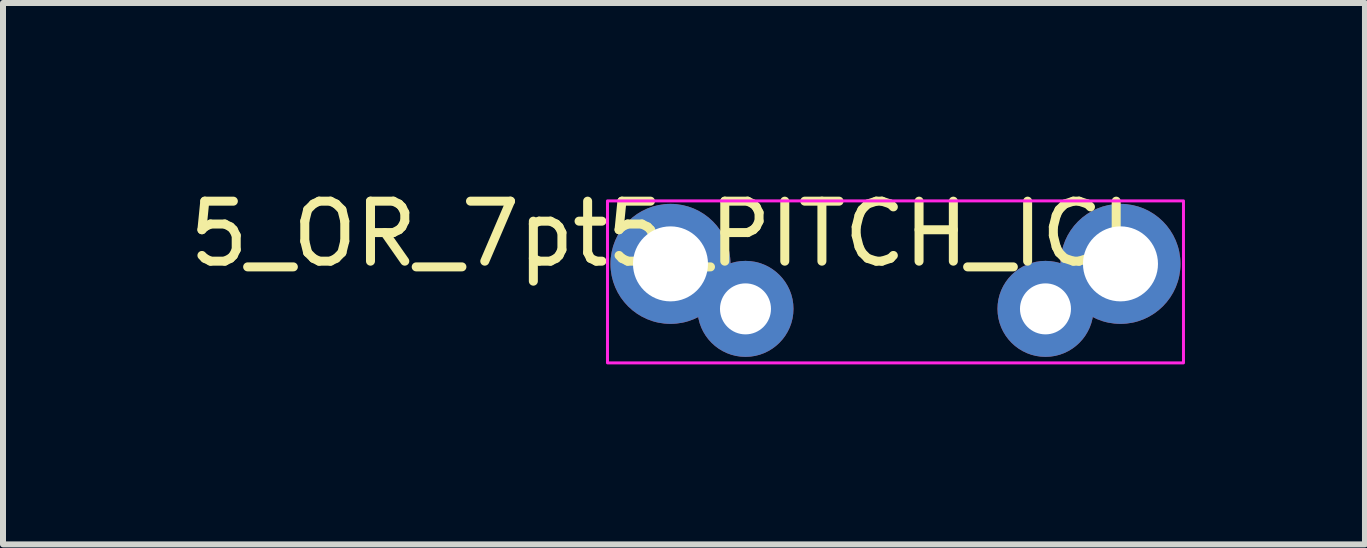
<source format=kicad_pcb>
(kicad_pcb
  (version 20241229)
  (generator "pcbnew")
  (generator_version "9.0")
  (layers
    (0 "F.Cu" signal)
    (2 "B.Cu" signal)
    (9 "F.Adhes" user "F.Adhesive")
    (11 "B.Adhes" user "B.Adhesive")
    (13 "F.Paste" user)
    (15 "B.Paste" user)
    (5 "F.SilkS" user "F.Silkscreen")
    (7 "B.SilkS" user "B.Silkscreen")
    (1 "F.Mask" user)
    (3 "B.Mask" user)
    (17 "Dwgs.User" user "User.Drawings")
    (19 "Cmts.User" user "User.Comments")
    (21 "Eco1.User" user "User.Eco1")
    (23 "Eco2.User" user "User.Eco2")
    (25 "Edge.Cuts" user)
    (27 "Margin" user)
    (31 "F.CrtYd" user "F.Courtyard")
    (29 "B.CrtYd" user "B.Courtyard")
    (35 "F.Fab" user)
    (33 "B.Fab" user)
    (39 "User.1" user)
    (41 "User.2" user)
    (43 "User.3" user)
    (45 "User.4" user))
  (footprint "5_OR_7pt5_PITCH_ICL"
    (layer "F.Cu")
    (at 8.125 1.348)
    (property "Reference" "5_OR_7pt5_PITCH_ICL" (at 0 -0.5 0) (unlocked yes) (layer "F.SilkS") (effects (font (size 1 1) (thickness 0.15))))
    (attr through_hole)
    (fp_rect (start -1.05 -1.05) (end 8.55 1.65) (stroke (width 0.05) (type default)) (fill no) (layer "F.CrtYd"))
    (pad "1" thru_hole circle (at 0 0) (size 2 2) (drill 1.25) (layers "*.Cu" "*.Mask"))
    (pad "1" thru_hole circle (at 1.25 0.75) (size 1.6 1.6) (drill 0.85) (layers "*.Cu" "*.Mask"))
    (pad "2" thru_hole circle (at 6.25 0.75) (size 1.6 1.6) (drill 0.85) (layers "*.Cu" "*.Mask"))
    (pad "2" thru_hole circle (at 7.5 0) (size 2 2) (drill 1.25) (layers "*.Cu" "*.Mask")))
  (gr_rect
    (start -3 -3)
    (end 19.7 6.023)
    (stroke (width 0.1) (type default))
    (fill no)
    (layer "Edge.Cuts")))
</source>
